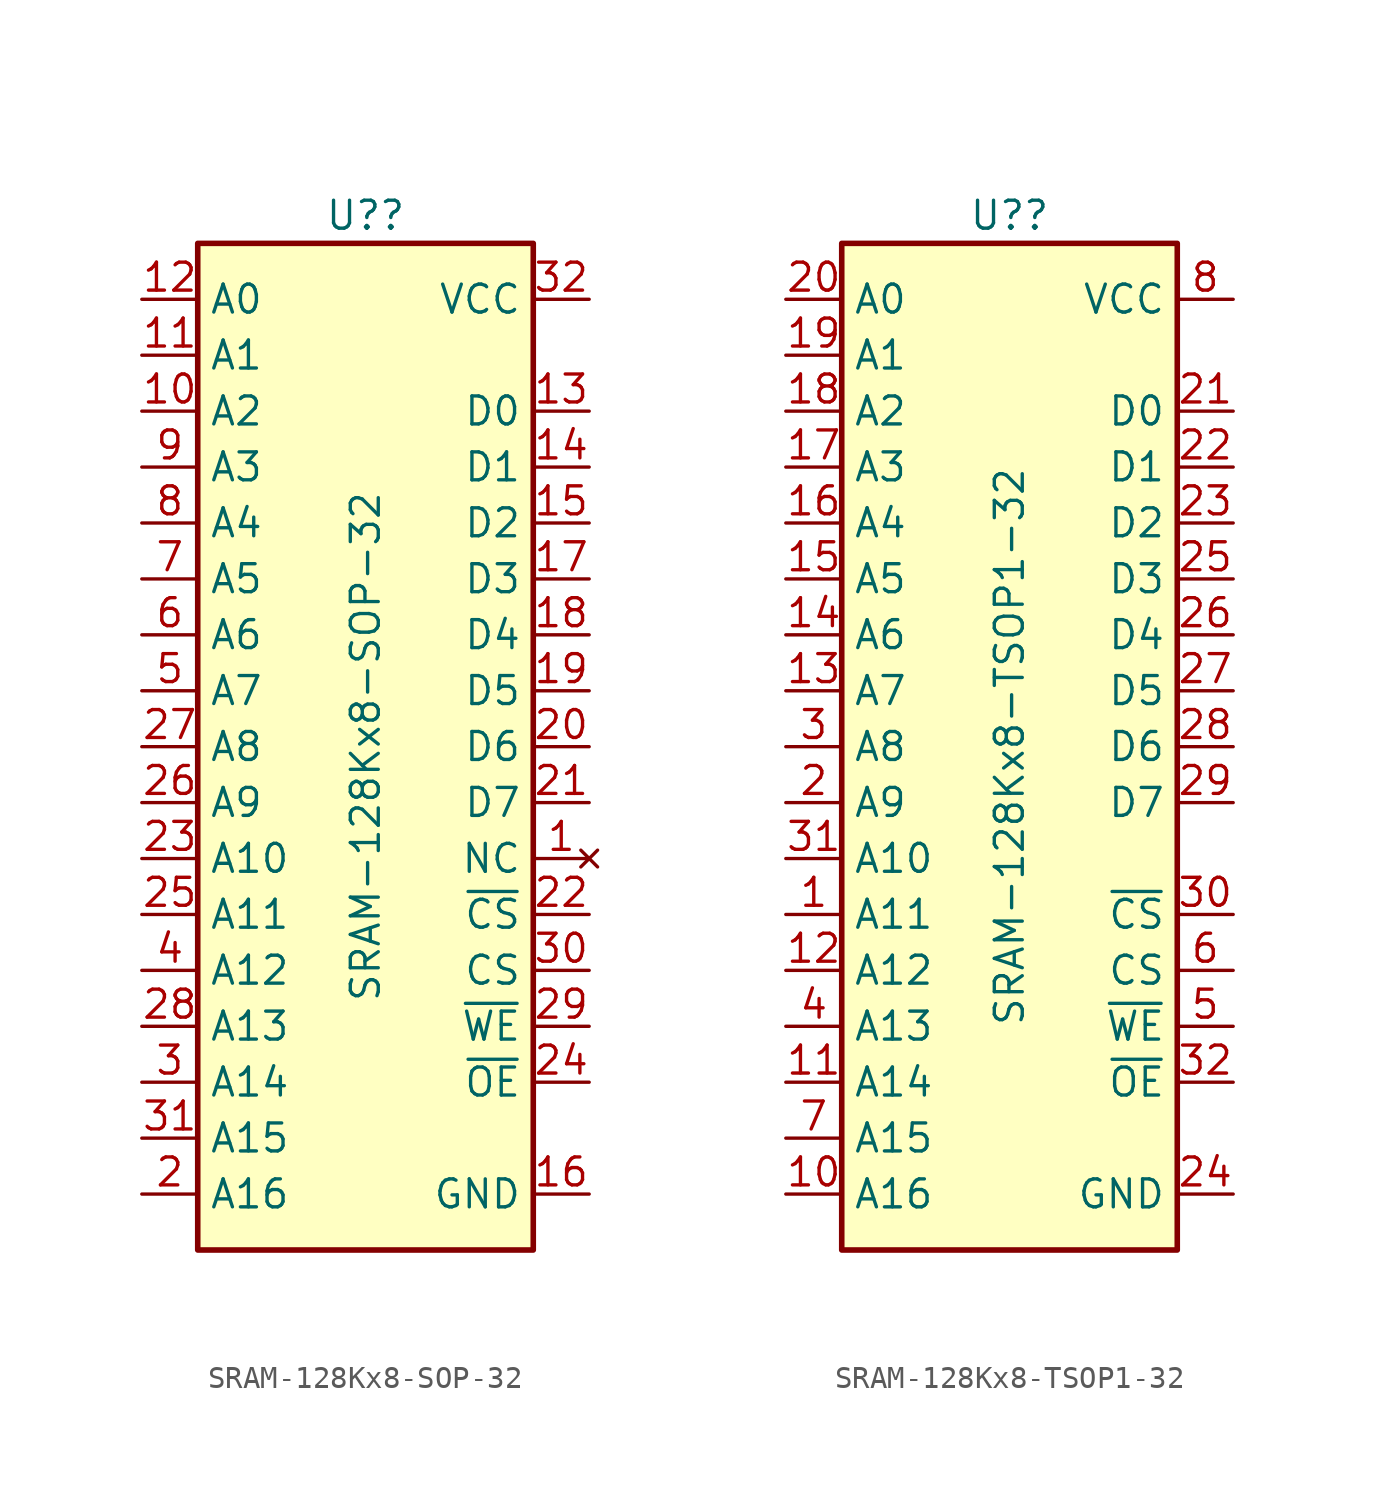
<source format=kicad_sym>
(kicad_symbol_lib
  (version 20231120)
  (generator "kicad_symbol_editor")
  (generator_version "8.0")
  (symbol "SRAM-128Kx8-SOP-32"
    (property "Reference" "U?"
      (at 0 24.13 0)
      (effects (font (size 1.27 1.27))))
    (property "Value" "SRAM-128Kx8-SOP-32"
      (at 0 0 90)
      (effects (font (size 1.27 1.27))))
    (symbol "SRAM-128Kx8-SOP-32_1_1"
      (rectangle (start -7.62 22.86) (end 7.62 -22.86) (stroke (width 0.254) (type default)) (fill (type background)))
      (pin no_connect line (at 10.16 -5.08 180) (length 2.54) (name "NC" (effects (font (size 1.27 1.27)))) (number "1" (effects (font (size 1.27 1.27)))))
      (pin input line (at -10.16 15.24 0) (length 2.54) (name "A2" (effects (font (size 1.27 1.27)))) (number "10" (effects (font (size 1.27 1.27)))))
      (pin input line (at -10.16 17.78 0) (length 2.54) (name "A1" (effects (font (size 1.27 1.27)))) (number "11" (effects (font (size 1.27 1.27)))))
      (pin input line (at -10.16 20.32 0) (length 2.54) (name "A0" (effects (font (size 1.27 1.27)))) (number "12" (effects (font (size 1.27 1.27)))))
      (pin bidirectional line (at 10.16 15.24 180) (length 2.54) (name "D0" (effects (font (size 1.27 1.27)))) (number "13" (effects (font (size 1.27 1.27)))))
      (pin bidirectional line (at 10.16 12.7 180) (length 2.54) (name "D1" (effects (font (size 1.27 1.27)))) (number "14" (effects (font (size 1.27 1.27)))))
      (pin bidirectional line (at 10.16 10.16 180) (length 2.54) (name "D2" (effects (font (size 1.27 1.27)))) (number "15" (effects (font (size 1.27 1.27)))))
      (pin power_in line (at 10.16 -20.32 180) (length 2.54) (name "GND" (effects (font (size 1.27 1.27)))) (number "16" (effects (font (size 1.27 1.27)))))
      (pin bidirectional line (at 10.16 7.62 180) (length 2.54) (name "D3" (effects (font (size 1.27 1.27)))) (number "17" (effects (font (size 1.27 1.27)))))
      (pin bidirectional line (at 10.16 5.08 180) (length 2.54) (name "D4" (effects (font (size 1.27 1.27)))) (number "18" (effects (font (size 1.27 1.27)))))
      (pin bidirectional line (at 10.16 2.54 180) (length 2.54) (name "D5" (effects (font (size 1.27 1.27)))) (number "19" (effects (font (size 1.27 1.27)))))
      (pin input line (at -10.16 -20.32 0) (length 2.54) (name "A16" (effects (font (size 1.27 1.27)))) (number "2" (effects (font (size 1.27 1.27)))))
      (pin bidirectional line (at 10.16 0 180) (length 2.54) (name "D6" (effects (font (size 1.27 1.27)))) (number "20" (effects (font (size 1.27 1.27)))))
      (pin bidirectional line (at 10.16 -2.54 180) (length 2.54) (name "D7" (effects (font (size 1.27 1.27)))) (number "21" (effects (font (size 1.27 1.27)))))
      (pin input line (at 10.16 -7.62 180) (length 2.54) (name "~{CS}" (effects (font (size 1.27 1.27)))) (number "22" (effects (font (size 1.27 1.27)))))
      (pin input line (at -10.16 -5.08 0) (length 2.54) (name "A10" (effects (font (size 1.27 1.27)))) (number "23" (effects (font (size 1.27 1.27)))))
      (pin input line (at 10.16 -15.24 180) (length 2.54) (name "~{OE}" (effects (font (size 1.27 1.27)))) (number "24" (effects (font (size 1.27 1.27)))))
      (pin input line (at -10.16 -7.62 0) (length 2.54) (name "A11" (effects (font (size 1.27 1.27)))) (number "25" (effects (font (size 1.27 1.27)))))
      (pin input line (at -10.16 -2.54 0) (length 2.54) (name "A9" (effects (font (size 1.27 1.27)))) (number "26" (effects (font (size 1.27 1.27)))))
      (pin input line (at -10.16 0 0) (length 2.54) (name "A8" (effects (font (size 1.27 1.27)))) (number "27" (effects (font (size 1.27 1.27)))))
      (pin input line (at -10.16 -12.7 0) (length 2.54) (name "A13" (effects (font (size 1.27 1.27)))) (number "28" (effects (font (size 1.27 1.27)))))
      (pin input line (at 10.16 -12.7 180) (length 2.54) (name "~{WE}" (effects (font (size 1.27 1.27)))) (number "29" (effects (font (size 1.27 1.27)))))
      (pin input line (at -10.16 -15.24 0) (length 2.54) (name "A14" (effects (font (size 1.27 1.27)))) (number "3" (effects (font (size 1.27 1.27)))))
      (pin input line (at 10.16 -10.16 180) (length 2.54) (name "CS" (effects (font (size 1.27 1.27)))) (number "30" (effects (font (size 1.27 1.27)))))
      (pin input line (at -10.16 -17.78 0) (length 2.54) (name "A15" (effects (font (size 1.27 1.27)))) (number "31" (effects (font (size 1.27 1.27)))))
      (pin power_in line (at 10.16 20.32 180) (length 2.54) (name "VCC" (effects (font (size 1.27 1.27)))) (number "32" (effects (font (size 1.27 1.27)))))
      (pin input line (at -10.16 -10.16 0) (length 2.54) (name "A12" (effects (font (size 1.27 1.27)))) (number "4" (effects (font (size 1.27 1.27)))))
      (pin input line (at -10.16 2.54 0) (length 2.54) (name "A7" (effects (font (size 1.27 1.27)))) (number "5" (effects (font (size 1.27 1.27)))))
      (pin input line (at -10.16 5.08 0) (length 2.54) (name "A6" (effects (font (size 1.27 1.27)))) (number "6" (effects (font (size 1.27 1.27)))))
      (pin input line (at -10.16 7.62 0) (length 2.54) (name "A5" (effects (font (size 1.27 1.27)))) (number "7" (effects (font (size 1.27 1.27)))))
      (pin input line (at -10.16 10.16 0) (length 2.54) (name "A4" (effects (font (size 1.27 1.27)))) (number "8" (effects (font (size 1.27 1.27)))))
      (pin input line (at -10.16 12.7 0) (length 2.54) (name "A3" (effects (font (size 1.27 1.27)))) (number "9" (effects (font (size 1.27 1.27)))))))
  (symbol "SRAM-128Kx8-TSOP1-32"
    (property "Reference" "U?"
      (at 0 24.13 0)
      (effects (font (size 1.27 1.27))))
    (property "Value" "SRAM-128Kx8-TSOP1-32"
      (at 0 0 90)
      (effects (font (size 1.27 1.27))))
    (symbol "SRAM-128Kx8-TSOP1-32_0_0"
      (pin power_in line (at 10.16 -20.32 180) (length 2.54) (name "GND" (effects (font (size 1.27 1.27)))) (number "24" (effects (font (size 1.27 1.27)))))
      (pin power_in line (at 10.16 20.32 180) (length 2.54) (name "VCC" (effects (font (size 1.27 1.27)))) (number "8" (effects (font (size 1.27 1.27))))))
    (symbol "SRAM-128Kx8-TSOP1-32_0_1"
      (rectangle (start -7.62 22.86) (end 7.62 -22.86) (stroke (width 0.254) (type default)) (fill (type background))))
    (symbol "SRAM-128Kx8-TSOP1-32_1_1"
      (pin input line (at -10.16 -7.62 0) (length 2.54) (name "A11" (effects (font (size 1.27 1.27)))) (number "1" (effects (font (size 1.27 1.27)))))
      (pin input line (at -10.16 -20.32 0) (length 2.54) (name "A16" (effects (font (size 1.27 1.27)))) (number "10" (effects (font (size 1.27 1.27)))))
      (pin input line (at -10.16 -15.24 0) (length 2.54) (name "A14" (effects (font (size 1.27 1.27)))) (number "11" (effects (font (size 1.27 1.27)))))
      (pin input line (at -10.16 -10.16 0) (length 2.54) (name "A12" (effects (font (size 1.27 1.27)))) (number "12" (effects (font (size 1.27 1.27)))))
      (pin input line (at -10.16 2.54 0) (length 2.54) (name "A7" (effects (font (size 1.27 1.27)))) (number "13" (effects (font (size 1.27 1.27)))))
      (pin input line (at -10.16 5.08 0) (length 2.54) (name "A6" (effects (font (size 1.27 1.27)))) (number "14" (effects (font (size 1.27 1.27)))))
      (pin input line (at -10.16 7.62 0) (length 2.54) (name "A5" (effects (font (size 1.27 1.27)))) (number "15" (effects (font (size 1.27 1.27)))))
      (pin input line (at -10.16 10.16 0) (length 2.54) (name "A4" (effects (font (size 1.27 1.27)))) (number "16" (effects (font (size 1.27 1.27)))))
      (pin input line (at -10.16 12.7 0) (length 2.54) (name "A3" (effects (font (size 1.27 1.27)))) (number "17" (effects (font (size 1.27 1.27)))))
      (pin input line (at -10.16 15.24 0) (length 2.54) (name "A2" (effects (font (size 1.27 1.27)))) (number "18" (effects (font (size 1.27 1.27)))))
      (pin input line (at -10.16 17.78 0) (length 2.54) (name "A1" (effects (font (size 1.27 1.27)))) (number "19" (effects (font (size 1.27 1.27)))))
      (pin input line (at -10.16 -2.54 0) (length 2.54) (name "A9" (effects (font (size 1.27 1.27)))) (number "2" (effects (font (size 1.27 1.27)))))
      (pin input line (at -10.16 20.32 0) (length 2.54) (name "A0" (effects (font (size 1.27 1.27)))) (number "20" (effects (font (size 1.27 1.27)))))
      (pin bidirectional line (at 10.16 15.24 180) (length 2.54) (name "D0" (effects (font (size 1.27 1.27)))) (number "21" (effects (font (size 1.27 1.27)))))
      (pin bidirectional line (at 10.16 12.7 180) (length 2.54) (name "D1" (effects (font (size 1.27 1.27)))) (number "22" (effects (font (size 1.27 1.27)))))
      (pin bidirectional line (at 10.16 10.16 180) (length 2.54) (name "D2" (effects (font (size 1.27 1.27)))) (number "23" (effects (font (size 1.27 1.27)))))
      (pin bidirectional line (at 10.16 7.62 180) (length 2.54) (name "D3" (effects (font (size 1.27 1.27)))) (number "25" (effects (font (size 1.27 1.27)))))
      (pin bidirectional line (at 10.16 5.08 180) (length 2.54) (name "D4" (effects (font (size 1.27 1.27)))) (number "26" (effects (font (size 1.27 1.27)))))
      (pin bidirectional line (at 10.16 2.54 180) (length 2.54) (name "D5" (effects (font (size 1.27 1.27)))) (number "27" (effects (font (size 1.27 1.27)))))
      (pin bidirectional line (at 10.16 0 180) (length 2.54) (name "D6" (effects (font (size 1.27 1.27)))) (number "28" (effects (font (size 1.27 1.27)))))
      (pin bidirectional line (at 10.16 -2.54 180) (length 2.54) (name "D7" (effects (font (size 1.27 1.27)))) (number "29" (effects (font (size 1.27 1.27)))))
      (pin input line (at -10.16 0 0) (length 2.54) (name "A8" (effects (font (size 1.27 1.27)))) (number "3" (effects (font (size 1.27 1.27)))))
      (pin input line (at 10.16 -7.62 180) (length 2.54) (name "~{CS}" (effects (font (size 1.27 1.27)))) (number "30" (effects (font (size 1.27 1.27)))))
      (pin input line (at -10.16 -5.08 0) (length 2.54) (name "A10" (effects (font (size 1.27 1.27)))) (number "31" (effects (font (size 1.27 1.27)))))
      (pin input line (at 10.16 -15.24 180) (length 2.54) (name "~{OE}" (effects (font (size 1.27 1.27)))) (number "32" (effects (font (size 1.27 1.27)))))
      (pin input line (at -10.16 -12.7 0) (length 2.54) (name "A13" (effects (font (size 1.27 1.27)))) (number "4" (effects (font (size 1.27 1.27)))))
      (pin input line (at 10.16 -12.7 180) (length 2.54) (name "~{WE}" (effects (font (size 1.27 1.27)))) (number "5" (effects (font (size 1.27 1.27)))))
      (pin input line (at 10.16 -10.16 180) (length 2.54) (name "CS" (effects (font (size 1.27 1.27)))) (number "6" (effects (font (size 1.27 1.27)))))
      (pin input line (at -10.16 -17.78 0) (length 2.54) (name "A15" (effects (font (size 1.27 1.27)))) (number "7" (effects (font (size 1.27 1.27)))))
      (pin no_connect line (at 10.16 -5.08 180) (length 2.54) hide (name "NC" (effects (font (size 1.27 1.27)))) (number "9" (effects (font (size 1.27 1.27))))))))
</source>
